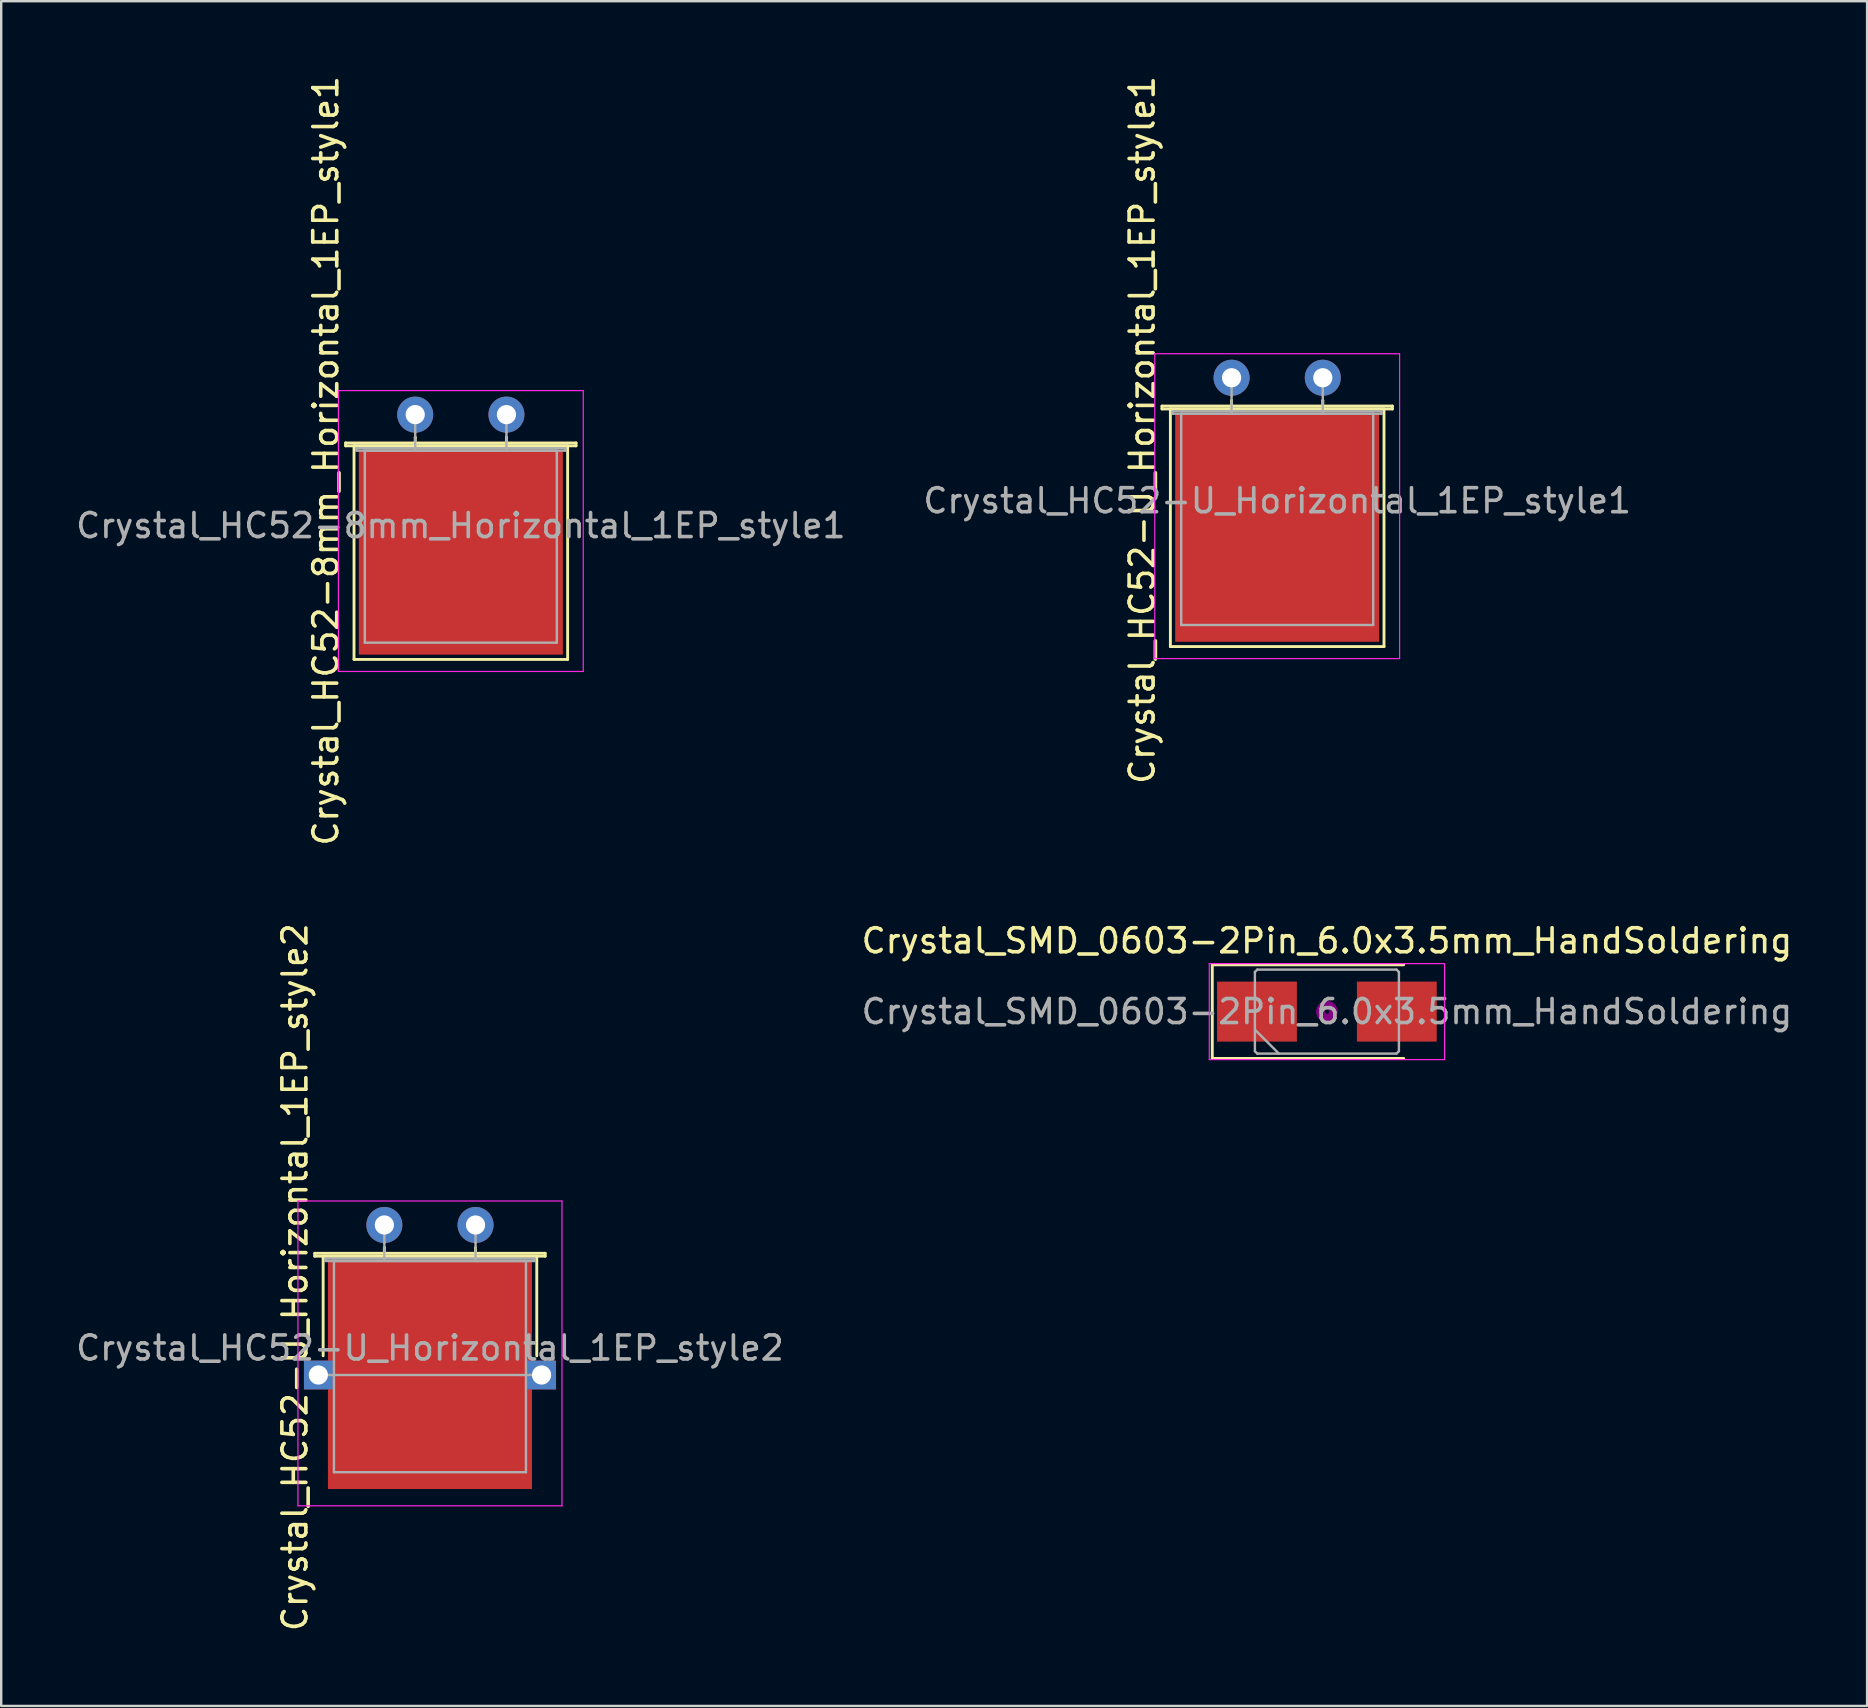
<source format=kicad_pcb>
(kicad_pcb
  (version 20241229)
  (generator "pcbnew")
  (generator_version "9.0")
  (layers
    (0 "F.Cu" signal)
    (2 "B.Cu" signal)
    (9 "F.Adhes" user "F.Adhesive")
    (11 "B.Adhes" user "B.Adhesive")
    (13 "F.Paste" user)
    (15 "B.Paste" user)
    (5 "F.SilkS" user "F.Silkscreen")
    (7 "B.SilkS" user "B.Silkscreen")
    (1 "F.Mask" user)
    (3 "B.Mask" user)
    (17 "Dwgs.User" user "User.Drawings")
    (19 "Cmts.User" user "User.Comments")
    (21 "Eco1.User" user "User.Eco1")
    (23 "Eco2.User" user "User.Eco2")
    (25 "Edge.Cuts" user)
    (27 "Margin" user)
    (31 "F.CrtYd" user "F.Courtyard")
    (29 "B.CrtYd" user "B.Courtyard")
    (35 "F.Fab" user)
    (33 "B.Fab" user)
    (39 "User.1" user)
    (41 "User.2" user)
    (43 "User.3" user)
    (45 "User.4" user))
  (footprint "Crystal_HC52-U_Horizontal_1EP_style1"
    (layer "F.Cu")
    (at 48.261 12.688)
    (property "Reference" "Crystal_HC52-U_Horizontal_1EP_style1" (at -3.725 2.175 90) (layer "F.SilkS") (effects (font (size 1 1) (thickness 0.15))))
    (attr through_hole)
    (fp_line (start -2.9 1.18) (end 6.7 1.18) (stroke (width 0.12) (type solid)) (layer "F.SilkS"))
    (fp_line (start -2.9 1.3) (end -2.9 1.18) (stroke (width 0.12) (type solid)) (layer "F.SilkS"))
    (fp_line (start -2.55 1.3) (end -2.55 11.2) (stroke (width 0.12) (type solid)) (layer "F.SilkS"))
    (fp_line (start -2.55 11.2) (end 6.35 11.2) (stroke (width 0.12) (type solid)) (layer "F.SilkS"))
    (fp_line (start 0 0.95) (end 0 0.95) (stroke (width 0.12) (type solid)) (layer "F.SilkS"))
    (fp_line (start 0 1.3) (end 0 0.95) (stroke (width 0.12) (type solid)) (layer "F.SilkS"))
    (fp_line (start 3.8 0.95) (end 3.8 0.95) (stroke (width 0.12) (type solid)) (layer "F.SilkS"))
    (fp_line (start 3.8 1.3) (end 3.8 0.95) (stroke (width 0.12) (type solid)) (layer "F.SilkS"))
    (fp_line (start 6.35 1.3) (end -2.55 1.3) (stroke (width 0.12) (type solid)) (layer "F.SilkS"))
    (fp_line (start 6.35 11.2) (end 6.35 1.3) (stroke (width 0.12) (type solid)) (layer "F.SilkS"))
    (fp_line (start 6.7 1.18) (end 6.7 1.3) (stroke (width 0.12) (type solid)) (layer "F.SilkS"))
    (fp_line (start 6.7 1.3) (end -2.9 1.3) (stroke (width 0.12) (type solid)) (layer "F.SilkS"))
    (fp_line (start -3.2 -1) (end -3.2 11.7) (stroke (width 0.05) (type solid)) (layer "F.CrtYd"))
    (fp_line (start -3.2 11.7) (end 7 11.7) (stroke (width 0.05) (type solid)) (layer "F.CrtYd"))
    (fp_line (start 7 -1) (end -3.2 -1) (stroke (width 0.05) (type solid)) (layer "F.CrtYd"))
    (fp_line (start 7 11.7) (end 7 -1) (stroke (width 0.05) (type solid)) (layer "F.CrtYd"))
    (fp_line (start -2.45 1.4) (end 6.25 1.4) (stroke (width 0.1) (type solid)) (layer "F.Fab"))
    (fp_line (start -2.45 1.5) (end -2.45 1.4) (stroke (width 0.1) (type solid)) (layer "F.Fab"))
    (fp_line (start -2.1 1.5) (end -2.1 10.3) (stroke (width 0.1) (type solid)) (layer "F.Fab"))
    (fp_line (start -2.1 10.3) (end 5.9 10.3) (stroke (width 0.1) (type solid)) (layer "F.Fab"))
    (fp_line (start 0 0.75) (end 0 0) (stroke (width 0.1) (type solid)) (layer "F.Fab"))
    (fp_line (start 0 1.5) (end 0 0.75) (stroke (width 0.1) (type solid)) (layer "F.Fab"))
    (fp_line (start 3.8 0.75) (end 3.8 0) (stroke (width 0.1) (type solid)) (layer "F.Fab"))
    (fp_line (start 3.8 1.5) (end 3.8 0.75) (stroke (width 0.1) (type solid)) (layer "F.Fab"))
    (fp_line (start 5.9 1.5) (end -2.1 1.5) (stroke (width 0.1) (type solid)) (layer "F.Fab"))
    (fp_line (start 5.9 10.3) (end 5.9 1.5) (stroke (width 0.1) (type solid)) (layer "F.Fab"))
    (fp_line (start 6.25 1.4) (end 6.25 1.5) (stroke (width 0.1) (type solid)) (layer "F.Fab"))
    (fp_line (start 6.25 1.5) (end -2.45 1.5) (stroke (width 0.1) (type solid)) (layer "F.Fab"))
    (fp_text user "${REFERENCE}" (at 1.9 5.125 0) (layer "F.Fab") (effects (font (size 1 1) (thickness 0.15))))
    (pad "1" thru_hole circle (at 0 0) (size 1.5 1.5) (drill 0.8) (layers "*.Cu" "*.Mask"))
    (pad "2" thru_hole circle (at 3.8 0) (size 1.5 1.5) (drill 0.8) (layers "*.Cu" "*.Mask"))
    (pad "3" smd rect (at 1.9 6.25) (size 8.5 9.5) (layers "F.Cu" "F.Mask" "F.Paste")))
  (footprint "Crystal_SMD_0603-2Pin_6.0x3.5mm_HandSoldering"
    (layer "F.Cu")
    (at 52.232 39.096)
    (property "Reference" "Crystal_SMD_0603-2Pin_6.0x3.5mm_HandSoldering" (at 0 -2.95 0) (layer "F.SilkS") (effects (font (size 1 1) (thickness 0.15))))
    (attr smd)
    (fp_line (start -4.775 -1.95) (end -4.775 1.95) (stroke (width 0.12) (type solid)) (layer "F.SilkS"))
    (fp_line (start -4.775 1.95) (end 3.2 1.95) (stroke (width 0.12) (type solid)) (layer "F.SilkS"))
    (fp_line (start 3.2 -1.95) (end -4.775 -1.95) (stroke (width 0.12) (type solid)) (layer "F.SilkS"))
    (fp_circle (center 0 0) (end 0.093 0) (stroke (width 0.187) (type solid)) (fill no) (layer "F.Adhes"))
    (fp_circle (center 0 0) (end 0.213 0) (stroke (width 0.133) (type solid)) (fill no) (layer "F.Adhes"))
    (fp_circle (center 0 0) (end 0.333 0) (stroke (width 0.133) (type solid)) (fill no) (layer "F.Adhes"))
    (fp_circle (center 0 0) (end 0.4 0) (stroke (width 0.1) (type solid)) (fill no) (layer "F.Adhes"))
    (fp_line (start -4.9 -2) (end -4.9 2) (stroke (width 0.05) (type solid)) (layer "F.CrtYd"))
    (fp_line (start -4.9 2) (end 4.9 2) (stroke (width 0.05) (type solid)) (layer "F.CrtYd"))
    (fp_line (start 4.9 -2) (end -4.9 -2) (stroke (width 0.05) (type solid)) (layer "F.CrtYd"))
    (fp_line (start 4.9 2) (end 4.9 -2) (stroke (width 0.05) (type solid)) (layer "F.CrtYd"))
    (fp_line (start -3 -1.65) (end -2.9 -1.75) (stroke (width 0.1) (type solid)) (layer "F.Fab"))
    (fp_line (start -3 0.75) (end -2 1.75) (stroke (width 0.1) (type solid)) (layer "F.Fab"))
    (fp_line (start -3 1.65) (end -3 -1.65) (stroke (width 0.1) (type solid)) (layer "F.Fab"))
    (fp_line (start -2.9 -1.75) (end 2.9 -1.75) (stroke (width 0.1) (type solid)) (layer "F.Fab"))
    (fp_line (start -2.9 1.75) (end -3 1.65) (stroke (width 0.1) (type solid)) (layer "F.Fab"))
    (fp_line (start 2.9 -1.75) (end 3 -1.65) (stroke (width 0.1) (type solid)) (layer "F.Fab"))
    (fp_line (start 2.9 1.75) (end -2.9 1.75) (stroke (width 0.1) (type solid)) (layer "F.Fab"))
    (fp_line (start 3 -1.65) (end 3 1.65) (stroke (width 0.1) (type solid)) (layer "F.Fab"))
    (fp_line (start 3 1.65) (end 2.9 1.75) (stroke (width 0.1) (type solid)) (layer "F.Fab"))
    (fp_text user "${REFERENCE}" (at 0 0 0) (layer "F.Fab") (effects (font (size 1 1) (thickness 0.15))))
    (pad "1" smd rect (at -2.913 0) (size 3.325 2.5) (layers "F.Cu" "F.Mask" "F.Paste"))
    (pad "2" smd rect (at 2.913 0) (size 3.325 2.5) (layers "F.Cu" "F.Mask" "F.Paste")))
  (footprint "Crystal_HC52-U_Horizontal_1EP_style2"
    (layer "F.Cu")
    (at 12.963 47.986)
    (property "Reference" "Crystal_HC52-U_Horizontal_1EP_style2" (at -3.725 2.175 90) (layer "F.SilkS") (effects (font (size 1 1) (thickness 0.15))))
    (attr through_hole)
    (fp_line (start -2.9 1.18) (end 6.7 1.18) (stroke (width 0.12) (type solid)) (layer "F.SilkS"))
    (fp_line (start -2.9 1.3) (end -2.9 1.18) (stroke (width 0.12) (type solid)) (layer "F.SilkS"))
    (fp_line (start -2.55 1.3) (end 6.35 1.3) (stroke (width 0.12) (type solid)) (layer "F.SilkS"))
    (fp_line (start -2.55 5.45) (end -2.55 1.3) (stroke (width 0.12) (type solid)) (layer "F.SilkS"))
    (fp_line (start 0 0.95) (end 0 0.95) (stroke (width 0.12) (type solid)) (layer "F.SilkS"))
    (fp_line (start 0 1.3) (end 0 0.95) (stroke (width 0.12) (type solid)) (layer "F.SilkS"))
    (fp_line (start 3.8 0.95) (end 3.8 0.95) (stroke (width 0.12) (type solid)) (layer "F.SilkS"))
    (fp_line (start 3.8 1.3) (end 3.8 0.95) (stroke (width 0.12) (type solid)) (layer "F.SilkS"))
    (fp_line (start 6.35 1.3) (end 6.35 5.45) (stroke (width 0.12) (type solid)) (layer "F.SilkS"))
    (fp_line (start 6.7 1.18) (end 6.7 1.3) (stroke (width 0.12) (type solid)) (layer "F.SilkS"))
    (fp_line (start 6.7 1.3) (end -2.9 1.3) (stroke (width 0.12) (type solid)) (layer "F.SilkS"))
    (fp_line (start -3.6 -1) (end -3.6 11.7) (stroke (width 0.05) (type solid)) (layer "F.CrtYd"))
    (fp_line (start -3.6 11.7) (end 7.4 11.7) (stroke (width 0.05) (type solid)) (layer "F.CrtYd"))
    (fp_line (start 7.4 -1) (end -3.6 -1) (stroke (width 0.05) (type solid)) (layer "F.CrtYd"))
    (fp_line (start 7.4 11.7) (end 7.4 -1) (stroke (width 0.05) (type solid)) (layer "F.CrtYd"))
    (fp_line (start -2.75 6.25) (end 6.55 6.25) (stroke (width 0.1) (type solid)) (layer "F.Fab"))
    (fp_line (start -2.45 1.4) (end 6.25 1.4) (stroke (width 0.1) (type solid)) (layer "F.Fab"))
    (fp_line (start -2.45 1.5) (end -2.45 1.4) (stroke (width 0.1) (type solid)) (layer "F.Fab"))
    (fp_line (start -2.1 1.5) (end -2.1 10.3) (stroke (width 0.1) (type solid)) (layer "F.Fab"))
    (fp_line (start -2.1 10.3) (end 5.9 10.3) (stroke (width 0.1) (type solid)) (layer "F.Fab"))
    (fp_line (start 0 0.75) (end 0 0) (stroke (width 0.1) (type solid)) (layer "F.Fab"))
    (fp_line (start 0 1.5) (end 0 0.75) (stroke (width 0.1) (type solid)) (layer "F.Fab"))
    (fp_line (start 3.8 0.75) (end 3.8 0) (stroke (width 0.1) (type solid)) (layer "F.Fab"))
    (fp_line (start 3.8 1.5) (end 3.8 0.75) (stroke (width 0.1) (type solid)) (layer "F.Fab"))
    (fp_line (start 5.9 1.5) (end -2.1 1.5) (stroke (width 0.1) (type solid)) (layer "F.Fab"))
    (fp_line (start 5.9 10.3) (end 5.9 1.5) (stroke (width 0.1) (type solid)) (layer "F.Fab"))
    (fp_line (start 6.25 1.4) (end 6.25 1.5) (stroke (width 0.1) (type solid)) (layer "F.Fab"))
    (fp_line (start 6.25 1.5) (end -2.45 1.5) (stroke (width 0.1) (type solid)) (layer "F.Fab"))
    (fp_text user "${REFERENCE}" (at 1.9 5.125 0) (layer "F.Fab") (effects (font (size 1 1) (thickness 0.15))))
    (pad "1" thru_hole circle (at 0 0) (size 1.5 1.5) (drill 0.8) (layers "*.Cu" "*.Mask"))
    (pad "2" thru_hole circle (at 3.8 0) (size 1.5 1.5) (drill 0.8) (layers "*.Cu" "*.Mask"))
    (pad "3" thru_hole rect (at -2.75 6.25) (size 1.2 1.2) (drill 0.8) (layers "*.Cu" "*.Mask"))
    (pad "3" smd rect (at 1.9 6.25) (size 8.5 9.5) (layers "F.Cu" "F.Mask" "F.Paste"))
    (pad "3" thru_hole rect (at 6.55 6.25) (size 1.2 1.2) (drill 0.8) (layers "*.Cu" "*.Mask")))
  (footprint "Crystal_HC52-8mm_Horizontal_1EP_style1"
    (layer "F.Cu")
    (at 14.249 14.224)
    (property "Reference" "Crystal_HC52-8mm_Horizontal_1EP_style1" (at -3.725 1.925 90) (layer "F.SilkS") (effects (font (size 1 1) (thickness 0.15))))
    (attr through_hole)
    (fp_line (start -2.9 1.18) (end 6.7 1.18) (stroke (width 0.12) (type solid)) (layer "F.SilkS"))
    (fp_line (start -2.9 1.3) (end -2.9 1.18) (stroke (width 0.12) (type solid)) (layer "F.SilkS"))
    (fp_line (start -2.55 1.3) (end -2.55 10.2) (stroke (width 0.12) (type solid)) (layer "F.SilkS"))
    (fp_line (start -2.55 10.2) (end 6.35 10.2) (stroke (width 0.12) (type solid)) (layer "F.SilkS"))
    (fp_line (start 0 0.95) (end 0 0.95) (stroke (width 0.12) (type solid)) (layer "F.SilkS"))
    (fp_line (start 0 1.3) (end 0 0.95) (stroke (width 0.12) (type solid)) (layer "F.SilkS"))
    (fp_line (start 3.8 0.95) (end 3.8 0.95) (stroke (width 0.12) (type solid)) (layer "F.SilkS"))
    (fp_line (start 3.8 1.3) (end 3.8 0.95) (stroke (width 0.12) (type solid)) (layer "F.SilkS"))
    (fp_line (start 6.35 1.3) (end -2.55 1.3) (stroke (width 0.12) (type solid)) (layer "F.SilkS"))
    (fp_line (start 6.35 10.2) (end 6.35 1.3) (stroke (width 0.12) (type solid)) (layer "F.SilkS"))
    (fp_line (start 6.7 1.18) (end 6.7 1.3) (stroke (width 0.12) (type solid)) (layer "F.SilkS"))
    (fp_line (start 6.7 1.3) (end -2.9 1.3) (stroke (width 0.12) (type solid)) (layer "F.SilkS"))
    (fp_line (start -3.2 -1) (end -3.2 10.7) (stroke (width 0.05) (type solid)) (layer "F.CrtYd"))
    (fp_line (start -3.2 10.7) (end 7 10.7) (stroke (width 0.05) (type solid)) (layer "F.CrtYd"))
    (fp_line (start 7 -1) (end -3.2 -1) (stroke (width 0.05) (type solid)) (layer "F.CrtYd"))
    (fp_line (start 7 10.7) (end 7 -1) (stroke (width 0.05) (type solid)) (layer "F.CrtYd"))
    (fp_line (start -2.45 1.4) (end 6.25 1.4) (stroke (width 0.1) (type solid)) (layer "F.Fab"))
    (fp_line (start -2.45 1.5) (end -2.45 1.4) (stroke (width 0.1) (type solid)) (layer "F.Fab"))
    (fp_line (start -2.1 1.5) (end -2.1 9.5) (stroke (width 0.1) (type solid)) (layer "F.Fab"))
    (fp_line (start -2.1 9.5) (end 5.9 9.5) (stroke (width 0.1) (type solid)) (layer "F.Fab"))
    (fp_line (start 0 0.75) (end 0 0) (stroke (width 0.1) (type solid)) (layer "F.Fab"))
    (fp_line (start 0 1.5) (end 0 0.75) (stroke (width 0.1) (type solid)) (layer "F.Fab"))
    (fp_line (start 3.8 0.75) (end 3.8 0) (stroke (width 0.1) (type solid)) (layer "F.Fab"))
    (fp_line (start 3.8 1.5) (end 3.8 0.75) (stroke (width 0.1) (type solid)) (layer "F.Fab"))
    (fp_line (start 5.9 1.5) (end -2.1 1.5) (stroke (width 0.1) (type solid)) (layer "F.Fab"))
    (fp_line (start 5.9 9.5) (end 5.9 1.5) (stroke (width 0.1) (type solid)) (layer "F.Fab"))
    (fp_line (start 6.25 1.4) (end 6.25 1.5) (stroke (width 0.1) (type solid)) (layer "F.Fab"))
    (fp_line (start 6.25 1.5) (end -2.45 1.5) (stroke (width 0.1) (type solid)) (layer "F.Fab"))
    (fp_text user "${REFERENCE}" (at 1.9 4.625 0) (layer "F.Fab") (effects (font (size 1 1) (thickness 0.15))))
    (pad "1" thru_hole circle (at 0 0) (size 1.5 1.5) (drill 0.8) (layers "*.Cu" "*.Mask"))
    (pad "2" thru_hole circle (at 3.8 0) (size 1.5 1.5) (drill 0.8) (layers "*.Cu" "*.Mask"))
    (pad "3" smd rect (at 1.9 5.75) (size 8.5 8.5) (layers "F.Cu" "F.Mask" "F.Paste")))
  (gr_rect
    (start -3 -3)
    (end 74.738 68.024)
    (stroke (width 0.1) (type default))
    (fill no)
    (layer "Edge.Cuts")))
</source>
